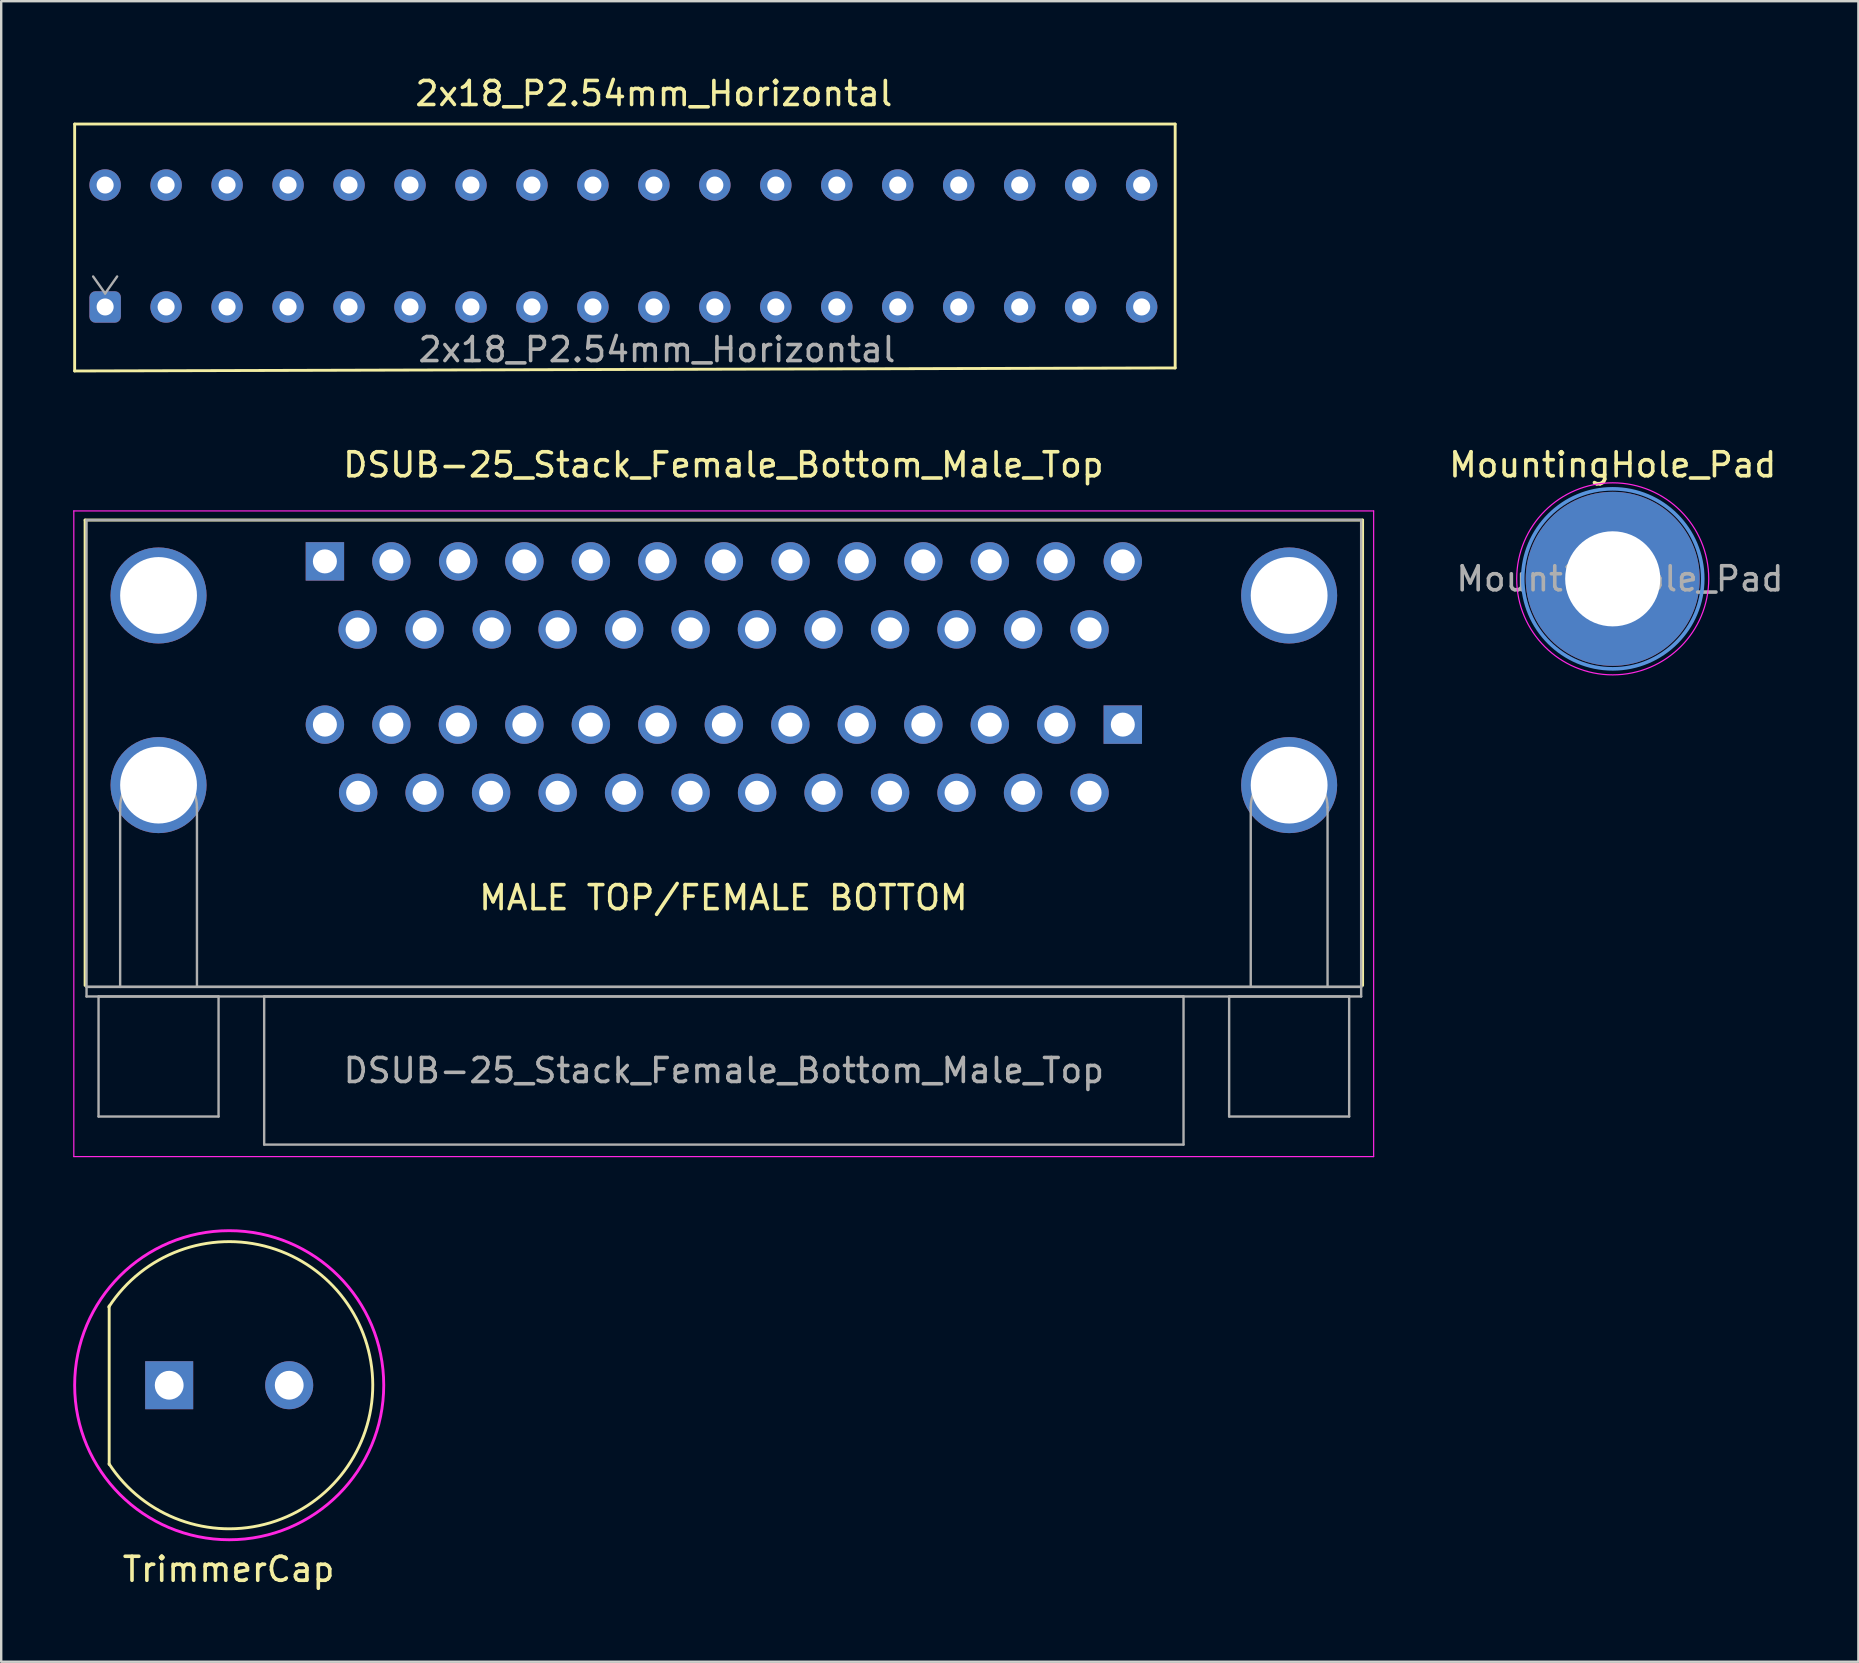
<source format=kicad_pcb>
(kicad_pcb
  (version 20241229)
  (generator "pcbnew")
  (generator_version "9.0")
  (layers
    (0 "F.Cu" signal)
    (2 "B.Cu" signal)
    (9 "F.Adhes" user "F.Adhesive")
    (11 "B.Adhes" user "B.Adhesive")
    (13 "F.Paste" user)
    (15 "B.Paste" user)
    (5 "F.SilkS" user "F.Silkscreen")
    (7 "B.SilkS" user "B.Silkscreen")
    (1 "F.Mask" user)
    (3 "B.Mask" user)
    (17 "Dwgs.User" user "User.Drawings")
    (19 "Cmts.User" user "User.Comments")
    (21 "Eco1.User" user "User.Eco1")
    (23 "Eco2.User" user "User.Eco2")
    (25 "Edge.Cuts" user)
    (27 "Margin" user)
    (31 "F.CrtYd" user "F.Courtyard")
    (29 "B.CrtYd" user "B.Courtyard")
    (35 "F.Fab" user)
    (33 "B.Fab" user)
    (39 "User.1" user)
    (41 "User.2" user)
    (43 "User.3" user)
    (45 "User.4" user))
  (footprint "MountingHole_Pad"
    (layer "F.Cu")
    (at 64.135 21.064)
    (property "Reference" "MountingHole_Pad" (at 0 -4.75 0) (layer "F.SilkS") (effects (font (size 1 1) (thickness 0.15))))
    (attr exclude_from_pos_files exclude_from_bom)
    (fp_circle (center 0 0) (end 3.75 0) (stroke (width 0.15) (type solid)) (fill no) (layer "Cmts.User"))
    (fp_circle (center 0 0) (end 4 0) (stroke (width 0.05) (type solid)) (fill no) (layer "F.CrtYd"))
    (fp_text user "${REFERENCE}" (at 0.3 0 0) (layer "F.Fab") (effects (font (size 1 1) (thickness 0.15))))
    (pad "1" thru_hole circle (at 0 0) (size 7.25 7.25) (drill 3.962) (layers "*.Cu" "*.Mask")))
  (footprint "DSUB-25_Stack_Female_Bottom_Male_Top"
    (layer "F.Cu")
    (at 27.088 38.157)
    (property "Reference" "DSUB-25_Stack_Female_Bottom_Male_Top" (at 0 -21.844 0) (layer "F.SilkS") (effects (font (size 1 1) (thickness 0.15))))
    (attr through_hole)
    (fp_line (start -26.593 -19.542) (end 26.627 -19.542) (stroke (width 0.12) (type solid)) (layer "F.SilkS"))
    (fp_line (start -26.593 -0.154) (end -26.593 -19.542) (stroke (width 0.12) (type solid)) (layer "F.SilkS"))
    (fp_line (start 26.627 -19.542) (end 26.627 -0.154) (stroke (width 0.12) (type solid)) (layer "F.SilkS"))
    (fp_line (start -27.063 -19.923) (end -27.063 6.976) (stroke (width 0.05) (type solid)) (layer "F.CrtYd"))
    (fp_line (start -27.063 6.976) (end 27.087 6.976) (stroke (width 0.05) (type solid)) (layer "F.CrtYd"))
    (fp_line (start 27.087 -19.923) (end -27.063 -19.923) (stroke (width 0.05) (type solid)) (layer "F.CrtYd"))
    (fp_line (start 27.087 6.976) (end 27.087 -19.923) (stroke (width 0.05) (type solid)) (layer "F.CrtYd"))
    (fp_line (start -26.533 -19.542) (end -26.533 -0.094) (stroke (width 0.1) (type solid)) (layer "F.Fab"))
    (fp_line (start -26.533 -0.094) (end -26.533 0.306) (stroke (width 0.1) (type solid)) (layer "F.Fab"))
    (fp_line (start -26.533 -0.094) (end 26.567 -0.094) (stroke (width 0.1) (type solid)) (layer "F.Fab"))
    (fp_line (start -26.533 0.306) (end 26.567 0.306) (stroke (width 0.1) (type solid)) (layer "F.Fab"))
    (fp_line (start -26.033 0.306) (end -26.033 5.306) (stroke (width 0.1) (type solid)) (layer "F.Fab"))
    (fp_line (start -26.033 5.306) (end -21.033 5.306) (stroke (width 0.1) (type solid)) (layer "F.Fab"))
    (fp_line (start -25.133 -0.094) (end -25.133 -7.574) (stroke (width 0.1) (type solid)) (layer "F.Fab"))
    (fp_line (start -21.933 -0.094) (end -21.933 -7.574) (stroke (width 0.1) (type solid)) (layer "F.Fab"))
    (fp_line (start -21.033 0.306) (end -26.033 0.306) (stroke (width 0.1) (type solid)) (layer "F.Fab"))
    (fp_line (start -21.033 5.306) (end -21.033 0.306) (stroke (width 0.1) (type solid)) (layer "F.Fab"))
    (fp_line (start -19.133 0.306) (end -19.133 6.476) (stroke (width 0.1) (type solid)) (layer "F.Fab"))
    (fp_line (start -19.133 6.476) (end 19.167 6.476) (stroke (width 0.1) (type solid)) (layer "F.Fab"))
    (fp_line (start 19.167 0.306) (end -19.133 0.306) (stroke (width 0.1) (type solid)) (layer "F.Fab"))
    (fp_line (start 19.167 6.476) (end 19.167 0.306) (stroke (width 0.1) (type solid)) (layer "F.Fab"))
    (fp_line (start 21.067 0.306) (end 21.067 5.306) (stroke (width 0.1) (type solid)) (layer "F.Fab"))
    (fp_line (start 21.067 5.306) (end 26.067 5.306) (stroke (width 0.1) (type solid)) (layer "F.Fab"))
    (fp_line (start 21.967 -0.094) (end 21.967 -7.574) (stroke (width 0.1) (type solid)) (layer "F.Fab"))
    (fp_line (start 25.167 -0.094) (end 25.167 -7.574) (stroke (width 0.1) (type solid)) (layer "F.Fab"))
    (fp_line (start 26.067 0.306) (end 21.067 0.306) (stroke (width 0.1) (type solid)) (layer "F.Fab"))
    (fp_line (start 26.067 5.306) (end 26.067 0.306) (stroke (width 0.1) (type solid)) (layer "F.Fab"))
    (fp_line (start 26.567 -19.542) (end -26.533 -19.542) (stroke (width 0.1) (type solid)) (layer "F.Fab"))
    (fp_line (start 26.567 -0.094) (end -26.533 -0.094) (stroke (width 0.1) (type solid)) (layer "F.Fab"))
    (fp_line (start 26.567 -0.094) (end 26.567 -19.542) (stroke (width 0.1) (type solid)) (layer "F.Fab"))
    (fp_line (start 26.567 0.306) (end 26.567 -0.094) (stroke (width 0.1) (type solid)) (layer "F.Fab"))
    (fp_arc (start -25.133 -7.574) (mid -23.533 -9.174) (end -21.933 -7.574) (stroke (width 0.1) (type solid)) (layer "F.Fab"))
    (fp_arc (start 21.967 -7.574) (mid 23.567 -9.174) (end 25.167 -7.574) (stroke (width 0.1) (type solid)) (layer "F.Fab"))
    (fp_text user "MALE TOP/FEMALE BOTTOM" (at 0 -3.81 0) (layer "F.SilkS") (effects (font (size 1 1) (thickness 0.15))))
    (fp_text user "${REFERENCE}" (at 0.017 3.391 0) (layer "F.Fab") (effects (font (size 1 1) (thickness 0.15))))
    (pad "0" thru_hole circle (at -23.533 -16.4) (size 4 4) (drill 3.2) (layers "*.Cu" "*.Mask"))
    (pad "0" thru_hole circle (at -23.533 -8.5) (size 4 4) (drill 3.2) (layers "*.Cu" "*.Mask"))
    (pad "0" thru_hole circle (at 23.567 -16.4) (size 4 4) (drill 3.2) (layers "*.Cu" "*.Mask"))
    (pad "0" thru_hole circle (at 23.567 -8.5) (size 4 4) (drill 3.2) (layers "*.Cu" "*.Mask"))
    (pad "1" thru_hole rect (at 16.637 -11.02) (size 1.6 1.6) (drill 1) (layers "*.Cu" "*.Mask"))
    (pad "2" thru_hole circle (at 13.867 -11.02) (size 1.6 1.6) (drill 1) (layers "*.Cu" "*.Mask"))
    (pad "3" thru_hole circle (at 11.097 -11.02) (size 1.6 1.6) (drill 1) (layers "*.Cu" "*.Mask"))
    (pad "4" thru_hole circle (at 8.327 -11.02) (size 1.6 1.6) (drill 1) (layers "*.Cu" "*.Mask"))
    (pad "5" thru_hole circle (at 5.557 -11.02) (size 1.6 1.6) (drill 1) (layers "*.Cu" "*.Mask"))
    (pad "6" thru_hole circle (at 2.787 -11.02) (size 1.6 1.6) (drill 1) (layers "*.Cu" "*.Mask"))
    (pad "7" thru_hole circle (at 0.017 -11.02) (size 1.6 1.6) (drill 1) (layers "*.Cu" "*.Mask"))
    (pad "8" thru_hole circle (at -2.753 -11.02) (size 1.6 1.6) (drill 1) (layers "*.Cu" "*.Mask"))
    (pad "9" thru_hole circle (at -5.523 -11.02) (size 1.6 1.6) (drill 1) (layers "*.Cu" "*.Mask"))
    (pad "10" thru_hole circle (at -8.293 -11.02) (size 1.6 1.6) (drill 1) (layers "*.Cu" "*.Mask"))
    (pad "11" thru_hole circle (at -11.063 -11.02) (size 1.6 1.6) (drill 1) (layers "*.Cu" "*.Mask"))
    (pad "12" thru_hole circle (at -13.833 -11.02) (size 1.6 1.6) (drill 1) (layers "*.Cu" "*.Mask"))
    (pad "13" thru_hole circle (at -16.603 -11.02) (size 1.6 1.6) (drill 1) (layers "*.Cu" "*.Mask"))
    (pad "14" thru_hole circle (at 15.252 -8.18) (size 1.6 1.6) (drill 1) (layers "*.Cu" "*.Mask"))
    (pad "15" thru_hole circle (at 12.482 -8.18) (size 1.6 1.6) (drill 1) (layers "*.Cu" "*.Mask"))
    (pad "16" thru_hole circle (at 9.712 -8.18) (size 1.6 1.6) (drill 1) (layers "*.Cu" "*.Mask"))
    (pad "17" thru_hole circle (at 6.942 -8.18) (size 1.6 1.6) (drill 1) (layers "*.Cu" "*.Mask"))
    (pad "18" thru_hole circle (at 4.172 -8.18) (size 1.6 1.6) (drill 1) (layers "*.Cu" "*.Mask"))
    (pad "19" thru_hole circle (at 1.402 -8.18) (size 1.6 1.6) (drill 1) (layers "*.Cu" "*.Mask"))
    (pad "20" thru_hole circle (at -1.368 -8.18) (size 1.6 1.6) (drill 1) (layers "*.Cu" "*.Mask"))
    (pad "21" thru_hole circle (at -4.138 -8.18) (size 1.6 1.6) (drill 1) (layers "*.Cu" "*.Mask"))
    (pad "22" thru_hole circle (at -6.908 -8.18) (size 1.6 1.6) (drill 1) (layers "*.Cu" "*.Mask"))
    (pad "23" thru_hole circle (at -9.678 -8.18) (size 1.6 1.6) (drill 1) (layers "*.Cu" "*.Mask"))
    (pad "24" thru_hole circle (at -12.448 -8.18) (size 1.6 1.6) (drill 1) (layers "*.Cu" "*.Mask"))
    (pad "25" thru_hole circle (at -15.218 -8.18) (size 1.6 1.6) (drill 1) (layers "*.Cu" "*.Mask"))
    (pad "26" thru_hole rect (at -16.603 -17.82) (size 1.6 1.6) (drill 1) (layers "*.Cu" "*.Mask"))
    (pad "27" thru_hole circle (at -13.833 -17.82) (size 1.6 1.6) (drill 1) (layers "*.Cu" "*.Mask"))
    (pad "28" thru_hole circle (at -11.049 -17.82) (size 1.6 1.6) (drill 1) (layers "*.Cu" "*.Mask"))
    (pad "29" thru_hole circle (at -8.293 -17.82) (size 1.6 1.6) (drill 1) (layers "*.Cu" "*.Mask"))
    (pad "30" thru_hole circle (at -5.523 -17.82) (size 1.6 1.6) (drill 1) (layers "*.Cu" "*.Mask"))
    (pad "31" thru_hole circle (at -2.753 -17.82) (size 1.6 1.6) (drill 1) (layers "*.Cu" "*.Mask"))
    (pad "32" thru_hole circle (at 0.017 -17.82) (size 1.6 1.6) (drill 1) (layers "*.Cu" "*.Mask"))
    (pad "33" thru_hole circle (at 2.794 -17.82) (size 1.6 1.6) (drill 1) (layers "*.Cu" "*.Mask"))
    (pad "34" thru_hole circle (at 5.557 -17.82) (size 1.6 1.6) (drill 1) (layers "*.Cu" "*.Mask"))
    (pad "35" thru_hole circle (at 8.327 -17.82) (size 1.6 1.6) (drill 1) (layers "*.Cu" "*.Mask"))
    (pad "36" thru_hole circle (at 11.097 -17.82) (size 1.6 1.6) (drill 1) (layers "*.Cu" "*.Mask"))
    (pad "37" thru_hole circle (at 13.843 -17.82) (size 1.6 1.6) (drill 1) (layers "*.Cu" "*.Mask"))
    (pad "38" thru_hole circle (at 16.637 -17.82) (size 1.6 1.6) (drill 1) (layers "*.Cu" "*.Mask"))
    (pad "39" thru_hole circle (at -15.24 -14.98) (size 1.6 1.6) (drill 1) (layers "*.Cu" "*.Mask"))
    (pad "40" thru_hole circle (at -12.448 -14.986) (size 1.6 1.6) (drill 1) (layers "*.Cu" "*.Mask"))
    (pad "41" thru_hole circle (at -9.652 -14.986) (size 1.6 1.6) (drill 1) (layers "*.Cu" "*.Mask"))
    (pad "42" thru_hole circle (at -6.908 -14.986) (size 1.6 1.6) (drill 1) (layers "*.Cu" "*.Mask"))
    (pad "43" thru_hole circle (at -4.138 -14.986) (size 1.6 1.6) (drill 1) (layers "*.Cu" "*.Mask"))
    (pad "44" thru_hole circle (at -1.368 -14.986) (size 1.6 1.6) (drill 1) (layers "*.Cu" "*.Mask"))
    (pad "45" thru_hole circle (at 1.397 -14.986) (size 1.6 1.6) (drill 1) (layers "*.Cu" "*.Mask"))
    (pad "46" thru_hole circle (at 4.172 -14.986) (size 1.6 1.6) (drill 1) (layers "*.Cu" "*.Mask"))
    (pad "47" thru_hole circle (at 6.942 -14.986) (size 1.6 1.6) (drill 1) (layers "*.Cu" "*.Mask"))
    (pad "48" thru_hole circle (at 9.712 -14.986) (size 1.6 1.6) (drill 1) (layers "*.Cu" "*.Mask"))
    (pad "49" thru_hole circle (at 12.482 -14.986) (size 1.6 1.6) (drill 1) (layers "*.Cu" "*.Mask"))
    (pad "50" thru_hole circle (at 15.252 -14.986) (size 1.6 1.6) (drill 1) (layers "*.Cu" "*.Mask")))
  (footprint "TrimmerCap"
    (layer "F.Cu")
    (at 6.498 54.657)
    (property "Reference" "TrimmerCap" (at -0.025 7.671 0) (layer "F.SilkS") (effects (font (size 1 1) (thickness 0.15))))
    (attr through_hole)
    (fp_line (start -5 3.3) (end -5 -3.3) (stroke (width 0.12) (type solid)) (layer "F.SilkS"))
    (fp_arc (start -5.015435 -3.25876) (mid 5.981136 -0.010649) (end -5.003799 3.276599) (stroke (width 0.12) (type solid)) (layer "F.SilkS"))
    (fp_circle (center 0 0) (end 6.438 0) (stroke (width 0.12) (type solid)) (fill no) (layer "F.CrtYd"))
    (pad "1" thru_hole rect (at -2.5 0) (size 2 2) (drill 1.2) (layers "*.Cu" "*.Mask"))
    (pad "2" thru_hole circle (at 2.5 0) (size 2 2) (drill 1.2) (layers "*.Cu" "*.Mask")))
  (footprint "2x18_P2.54mm_Horizontal"
    (layer "F.Cu")
    (at 24.063 7.325)
    (property "Reference" "2x18_P2.54mm_Horizontal" (at 0.127 -6.477 0) (layer "F.SilkS") (effects (font (size 1 1) (thickness 0.15))))
    (attr through_hole)
    (fp_line (start -24.003 -5.207) (end -24.003 5.08) (stroke (width 0.12) (type solid)) (layer "F.SilkS"))
    (fp_line (start -24.003 5.08) (end 21.844 4.953) (stroke (width 0.12) (type solid)) (layer "F.SilkS"))
    (fp_line (start 21.844 -5.207) (end -24.003 -5.207) (stroke (width 0.12) (type solid)) (layer "F.SilkS"))
    (fp_line (start 21.844 4.953) (end 21.844 -5.207) (stroke (width 0.12) (type solid)) (layer "F.SilkS"))
    (fp_line (start -23.233 1.143) (end -22.733 1.85) (stroke (width 0.1) (type solid)) (layer "F.Fab"))
    (fp_line (start -22.733 1.85) (end -22.233 1.143) (stroke (width 0.1) (type solid)) (layer "F.Fab"))
    (fp_text user "${REFERENCE}" (at 0.254 4.191 0) (layer "F.Fab") (effects (font (size 1 1) (thickness 0.15))))
    (pad "1" thru_hole roundrect (at -22.733 2.413) (size 1.31 1.31) (drill 0.71) (layers "*.Cu" "*.Mask") (roundrect_rratio 0.191))
    (pad "2" thru_hole circle (at -22.733 -2.667) (size 1.31 1.31) (drill 0.71) (layers "*.Cu" "*.Mask"))
    (pad "3" thru_hole circle (at -20.193 2.413) (size 1.31 1.31) (drill 0.71) (layers "*.Cu" "*.Mask"))
    (pad "4" thru_hole circle (at -20.193 -2.667) (size 1.31 1.31) (drill 0.71) (layers "*.Cu" "*.Mask"))
    (pad "5" thru_hole circle (at -17.653 2.413) (size 1.31 1.31) (drill 0.71) (layers "*.Cu" "*.Mask"))
    (pad "6" thru_hole circle (at -17.653 -2.667) (size 1.31 1.31) (drill 0.71) (layers "*.Cu" "*.Mask"))
    (pad "7" thru_hole circle (at -15.113 2.413) (size 1.31 1.31) (drill 0.71) (layers "*.Cu" "*.Mask"))
    (pad "8" thru_hole circle (at -15.113 -2.667) (size 1.31 1.31) (drill 0.71) (layers "*.Cu" "*.Mask"))
    (pad "9" thru_hole circle (at -12.573 2.413) (size 1.31 1.31) (drill 0.71) (layers "*.Cu" "*.Mask"))
    (pad "10" thru_hole circle (at -12.573 -2.667) (size 1.31 1.31) (drill 0.71) (layers "*.Cu" "*.Mask"))
    (pad "11" thru_hole circle (at -10.033 2.413) (size 1.31 1.31) (drill 0.71) (layers "*.Cu" "*.Mask"))
    (pad "12" thru_hole circle (at -10.033 -2.667) (size 1.31 1.31) (drill 0.71) (layers "*.Cu" "*.Mask"))
    (pad "13" thru_hole circle (at -7.493 2.413) (size 1.31 1.31) (drill 0.71) (layers "*.Cu" "*.Mask"))
    (pad "14" thru_hole circle (at -7.493 -2.667) (size 1.31 1.31) (drill 0.71) (layers "*.Cu" "*.Mask"))
    (pad "15" thru_hole circle (at -4.953 2.413) (size 1.31 1.31) (drill 0.71) (layers "*.Cu" "*.Mask"))
    (pad "16" thru_hole circle (at -4.953 -2.667) (size 1.31 1.31) (drill 0.71) (layers "*.Cu" "*.Mask"))
    (pad "17" thru_hole circle (at -2.413 2.413) (size 1.31 1.31) (drill 0.71) (layers "*.Cu" "*.Mask"))
    (pad "18" thru_hole circle (at -2.413 -2.667) (size 1.31 1.31) (drill 0.71) (layers "*.Cu" "*.Mask"))
    (pad "19" thru_hole circle (at 0.127 2.413) (size 1.31 1.31) (drill 0.71) (layers "*.Cu" "*.Mask"))
    (pad "20" thru_hole circle (at 0.127 -2.667) (size 1.31 1.31) (drill 0.71) (layers "*.Cu" "*.Mask"))
    (pad "21" thru_hole circle (at 2.667 2.413) (size 1.31 1.31) (drill 0.71) (layers "*.Cu" "*.Mask"))
    (pad "22" thru_hole circle (at 2.667 -2.667) (size 1.31 1.31) (drill 0.71) (layers "*.Cu" "*.Mask"))
    (pad "23" thru_hole circle (at 5.207 2.413) (size 1.31 1.31) (drill 0.71) (layers "*.Cu" "*.Mask"))
    (pad "24" thru_hole circle (at 5.207 -2.667) (size 1.31 1.31) (drill 0.71) (layers "*.Cu" "*.Mask"))
    (pad "25" thru_hole circle (at 7.747 2.413) (size 1.31 1.31) (drill 0.71) (layers "*.Cu" "*.Mask"))
    (pad "26" thru_hole circle (at 7.747 -2.667) (size 1.31 1.31) (drill 0.71) (layers "*.Cu" "*.Mask"))
    (pad "27" thru_hole circle (at 10.287 2.413) (size 1.31 1.31) (drill 0.71) (layers "*.Cu" "*.Mask"))
    (pad "28" thru_hole circle (at 10.287 -2.667) (size 1.31 1.31) (drill 0.71) (layers "*.Cu" "*.Mask"))
    (pad "29" thru_hole circle (at 12.827 2.413) (size 1.31 1.31) (drill 0.71) (layers "*.Cu" "*.Mask"))
    (pad "30" thru_hole circle (at 12.827 -2.667) (size 1.31 1.31) (drill 0.71) (layers "*.Cu" "*.Mask"))
    (pad "31" thru_hole circle (at 15.367 2.413) (size 1.31 1.31) (drill 0.71) (layers "*.Cu" "*.Mask"))
    (pad "32" thru_hole circle (at 15.367 -2.667) (size 1.31 1.31) (drill 0.71) (layers "*.Cu" "*.Mask"))
    (pad "33" thru_hole circle (at 17.907 2.413) (size 1.31 1.31) (drill 0.71) (layers "*.Cu" "*.Mask"))
    (pad "34" thru_hole circle (at 17.907 -2.667) (size 1.31 1.31) (drill 0.71) (layers "*.Cu" "*.Mask"))
    (pad "35" thru_hole circle (at 20.447 2.413) (size 1.31 1.31) (drill 0.71) (layers "*.Cu" "*.Mask"))
    (pad "36" thru_hole circle (at 20.447 -2.667) (size 1.31 1.31) (drill 0.71) (layers "*.Cu" "*.Mask")))
  (gr_rect
    (start -3 -3)
    (end 74.369 66.176)
    (stroke (width 0.1) (type default))
    (fill no)
    (layer "Edge.Cuts")))
</source>
